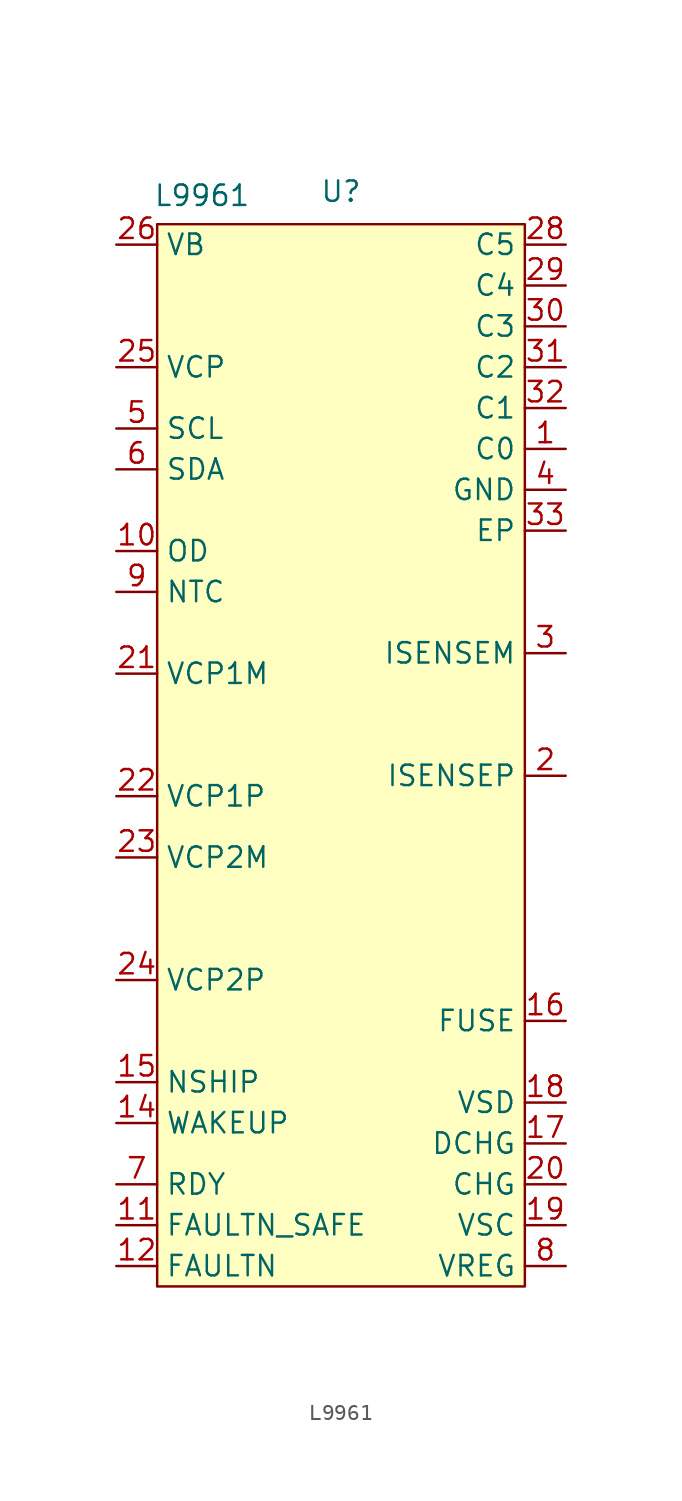
<source format=kicad_sym>
(kicad_symbol_lib
  (version 20231120)
  (generator "kicad_symbol_editor")
  (generator_version "8.0")
  (symbol "L9961"
    (property "Reference" "U"
      (at 0 2.032 0)
      (effects (font (size 1.27 1.27))))
    (property "Value" "L9961"
      (at -8.636 1.778 0)
      (effects (font (size 1.27 1.27))))
    (symbol "L9961_1_1"
      (rectangle (start -11.43 0) (end 11.43 -66.04) (stroke (width 0) (type default)) (fill (type background)))
      (pin input line (at 13.97 -13.97 180) (length 2.54) (name "C0" (effects (font (size 1.27 1.27)))) (number "1" (effects (font (size 1.27 1.27)))))
      (pin input line (at -13.97 -20.32 0) (length 2.54) (name "OD" (effects (font (size 1.27 1.27)))) (number "10" (effects (font (size 1.27 1.27)))))
      (pin output line (at -13.97 -62.23 0) (length 2.54) (name "FAULTN_SAFE" (effects (font (size 1.27 1.27)))) (number "11" (effects (font (size 1.27 1.27)))))
      (pin input line (at -13.97 -64.77 0) (length 2.54) (name "FAULTN" (effects (font (size 1.27 1.27)))) (number "12" (effects (font (size 1.27 1.27)))))
      (pin power_in line (at 13.97 -16.51 180) (length 2.54) hide (name "GND" (effects (font (size 1.27 1.27)))) (number "13" (effects (font (size 1.27 1.27)))))
      (pin input line (at -13.97 -55.88 0) (length 2.54) (name "WAKEUP" (effects (font (size 1.27 1.27)))) (number "14" (effects (font (size 1.27 1.27)))))
      (pin input line (at -13.97 -53.34 0) (length 2.54) (name "NSHIP" (effects (font (size 1.27 1.27)))) (number "15" (effects (font (size 1.27 1.27)))))
      (pin bidirectional line (at 13.97 -49.53 180) (length 2.54) (name "FUSE" (effects (font (size 1.27 1.27)))) (number "16" (effects (font (size 1.27 1.27)))))
      (pin output line (at 13.97 -57.15 180) (length 2.54) (name "DCHG" (effects (font (size 1.27 1.27)))) (number "17" (effects (font (size 1.27 1.27)))))
      (pin output line (at 13.97 -54.61 180) (length 2.54) (name "VSD" (effects (font (size 1.27 1.27)))) (number "18" (effects (font (size 1.27 1.27)))))
      (pin output line (at 13.97 -62.23 180) (length 2.54) (name "VSC" (effects (font (size 1.27 1.27)))) (number "19" (effects (font (size 1.27 1.27)))))
      (pin input line (at 13.97 -34.29 180) (length 2.54) (name "ISENSEP" (effects (font (size 1.27 1.27)))) (number "2" (effects (font (size 1.27 1.27)))))
      (pin output line (at 13.97 -59.69 180) (length 2.54) (name "CHG" (effects (font (size 1.27 1.27)))) (number "20" (effects (font (size 1.27 1.27)))))
      (pin input line (at -13.97 -27.94 0) (length 2.54) (name "VCP1M" (effects (font (size 1.27 1.27)))) (number "21" (effects (font (size 1.27 1.27)))))
      (pin input line (at -13.97 -35.56 0) (length 2.54) (name "VCP1P" (effects (font (size 1.27 1.27)))) (number "22" (effects (font (size 1.27 1.27)))))
      (pin input line (at -13.97 -39.37 0) (length 2.54) (name "VCP2M" (effects (font (size 1.27 1.27)))) (number "23" (effects (font (size 1.27 1.27)))))
      (pin input line (at -13.97 -46.99 0) (length 2.54) (name "VCP2P" (effects (font (size 1.27 1.27)))) (number "24" (effects (font (size 1.27 1.27)))))
      (pin power_out line (at -13.97 -8.89 0) (length 2.54) (name "VCP" (effects (font (size 1.27 1.27)))) (number "25" (effects (font (size 1.27 1.27)))))
      (pin power_in line (at -13.97 -1.27 0) (length 2.54) (name "VB" (effects (font (size 1.27 1.27)))) (number "26" (effects (font (size 1.27 1.27)))))
      (pin power_in line (at 13.97 -16.51 180) (length 2.54) hide (name "GND" (effects (font (size 1.27 1.27)))) (number "27" (effects (font (size 1.27 1.27)))))
      (pin input line (at 13.97 -1.27 180) (length 2.54) (name "C5" (effects (font (size 1.27 1.27)))) (number "28" (effects (font (size 1.27 1.27)))))
      (pin input line (at 13.97 -3.81 180) (length 2.54) (name "C4" (effects (font (size 1.27 1.27)))) (number "29" (effects (font (size 1.27 1.27)))))
      (pin input line (at 13.97 -26.67 180) (length 2.54) (name "ISENSEM" (effects (font (size 1.27 1.27)))) (number "3" (effects (font (size 1.27 1.27)))))
      (pin input line (at 13.97 -6.35 180) (length 2.54) (name "C3" (effects (font (size 1.27 1.27)))) (number "30" (effects (font (size 1.27 1.27)))))
      (pin input line (at 13.97 -8.89 180) (length 2.54) (name "C2" (effects (font (size 1.27 1.27)))) (number "31" (effects (font (size 1.27 1.27)))))
      (pin input line (at 13.97 -11.43 180) (length 2.54) (name "C1" (effects (font (size 1.27 1.27)))) (number "32" (effects (font (size 1.27 1.27)))))
      (pin passive line (at 13.97 -19.05 180) (length 2.54) (name "EP" (effects (font (size 1.27 1.27)))) (number "33" (effects (font (size 1.27 1.27)))))
      (pin power_in line (at 13.97 -16.51 180) (length 2.54) (name "GND" (effects (font (size 1.27 1.27)))) (number "4" (effects (font (size 1.27 1.27)))))
      (pin input line (at -13.97 -12.7 0) (length 2.54) (name "SCL" (effects (font (size 1.27 1.27)))) (number "5" (effects (font (size 1.27 1.27)))))
      (pin input line (at -13.97 -15.24 0) (length 2.54) (name "SDA" (effects (font (size 1.27 1.27)))) (number "6" (effects (font (size 1.27 1.27)))))
      (pin bidirectional line (at -13.97 -59.69 0) (length 2.54) (name "RDY" (effects (font (size 1.27 1.27)))) (number "7" (effects (font (size 1.27 1.27)))))
      (pin power_out line (at 13.97 -64.77 180) (length 2.54) (name "VREG" (effects (font (size 1.27 1.27)))) (number "8" (effects (font (size 1.27 1.27)))))
      (pin input line (at -13.97 -22.86 0) (length 2.54) (name "NTC" (effects (font (size 1.27 1.27)))) (number "9" (effects (font (size 1.27 1.27))))))))
</source>
